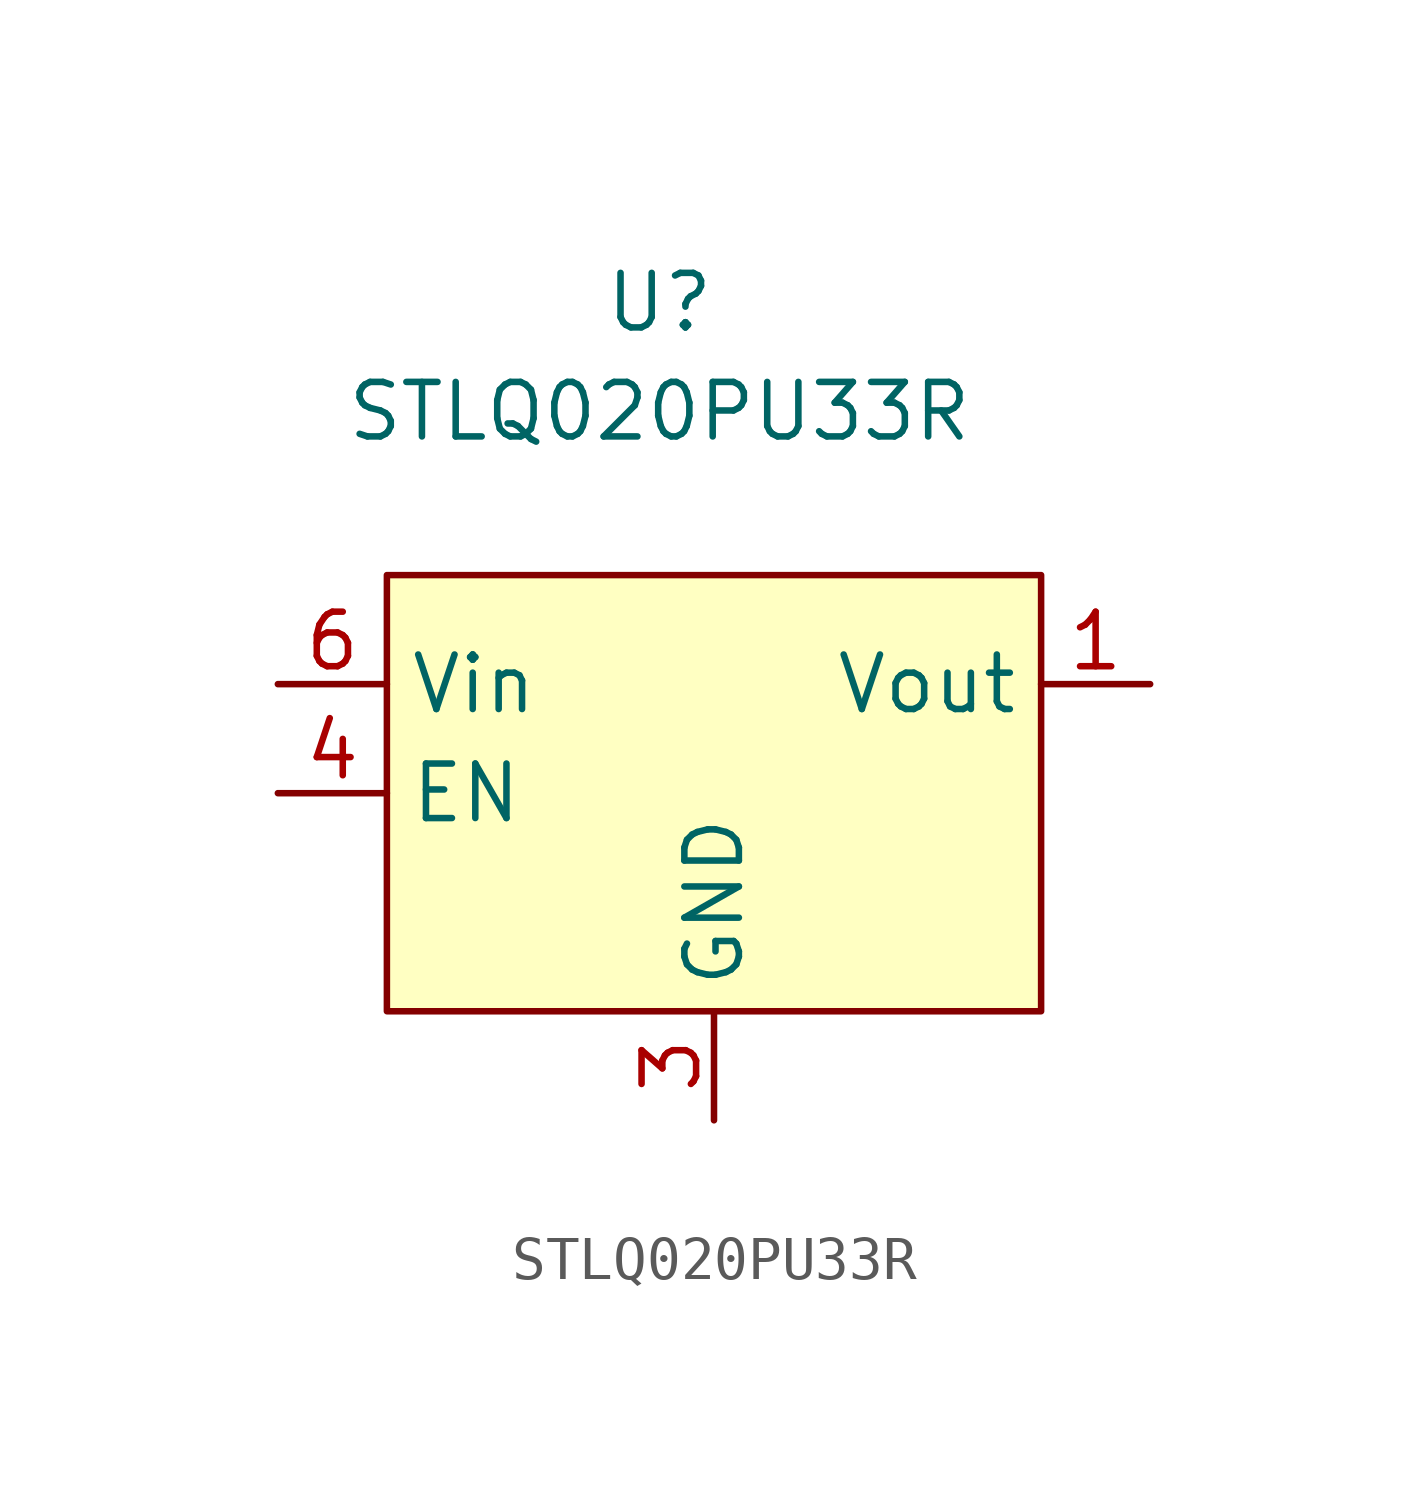
<source format=kicad_sym>
(kicad_symbol_lib
  (version 20211014)
  (generator kicad_symbol_editor)
  (symbol "STLQ020PU33R"
    (property "Reference" "U"
      (at 0 0 0)
      (effects (font (size 1.27 1.27))))
    (property "Value" "STLQ020PU33R"
      (at 0 -2.54 0)
      (effects (font (size 1.27 1.27))))
    (symbol "STLQ020PU33R_0_1"
      (rectangle (start -6.35 -6.35) (end 8.89 -16.51) (stroke (width 0.152) (type default) (color 0 0 0 0)) (fill (type background))))
    (symbol "STLQ020PU33R_1_1"
      (pin power_out line (at 11.43 -8.89 180) (length 2.54) (name "Vout" (effects (font (size 1.27 1.27)))) (number "1" (effects (font (size 1.27 1.27)))))
      (pin power_in line (at 1.27 -19.05 90) (length 2.54) (name "GND" (effects (font (size 1.27 1.27)))) (number "3" (effects (font (size 1.27 1.27)))))
      (pin input line (at -8.89 -11.43 0) (length 2.54) (name "EN" (effects (font (size 1.27 1.27)))) (number "4" (effects (font (size 1.27 1.27)))))
      (pin power_in line (at -8.89 -8.89 0) (length 2.54) (name "Vin" (effects (font (size 1.27 1.27)))) (number "6" (effects (font (size 1.27 1.27))))))))
</source>
